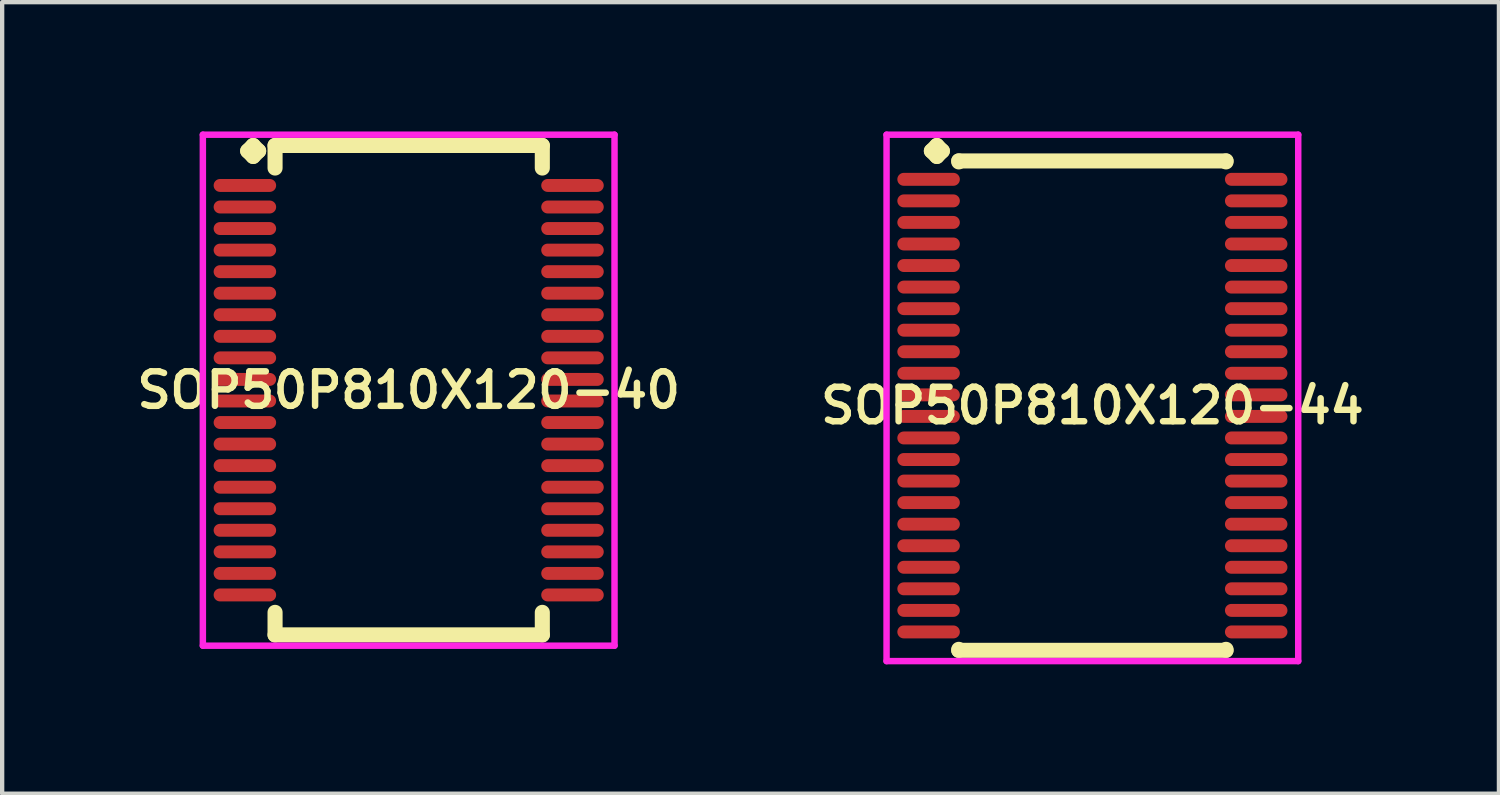
<source format=kicad_pcb>
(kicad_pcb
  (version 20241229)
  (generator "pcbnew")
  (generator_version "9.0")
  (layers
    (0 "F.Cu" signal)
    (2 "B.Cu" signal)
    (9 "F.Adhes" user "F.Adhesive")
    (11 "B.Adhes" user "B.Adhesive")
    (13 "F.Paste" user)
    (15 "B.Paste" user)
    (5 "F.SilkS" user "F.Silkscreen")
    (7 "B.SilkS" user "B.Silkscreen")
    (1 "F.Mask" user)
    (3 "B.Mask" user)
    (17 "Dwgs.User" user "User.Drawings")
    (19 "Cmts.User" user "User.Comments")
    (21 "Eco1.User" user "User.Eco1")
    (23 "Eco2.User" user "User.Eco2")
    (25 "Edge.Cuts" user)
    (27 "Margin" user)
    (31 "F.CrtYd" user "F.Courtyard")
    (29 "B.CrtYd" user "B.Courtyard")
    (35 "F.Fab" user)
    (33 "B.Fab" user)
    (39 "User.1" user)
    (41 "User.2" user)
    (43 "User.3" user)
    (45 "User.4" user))
  (footprint "SOP50P810X120-44"
    (layer "F.Cu")
    (at 22.292 6.36)
    (property "Reference" "SOP50P810X120-44" (at 0 0 0) (layer "F.SilkS") (effects (font (size 0.8 0.8) (thickness 0.15))))
    (attr smd)
    (fp_line (start -3.735 -5.908) (end -3.608 -6.035) (stroke (width 0.35) (type solid)) (layer "F.SilkS"))
    (fp_line (start -3.608 -6.035) (end -3.481 -5.908) (stroke (width 0.35) (type solid)) (layer "F.SilkS"))
    (fp_line (start -3.608 -5.781) (end -3.735 -5.908) (stroke (width 0.35) (type solid)) (layer "F.SilkS"))
    (fp_line (start -3.481 -5.908) (end -3.608 -5.781) (stroke (width 0.35) (type solid)) (layer "F.SilkS"))
    (fp_line (start -3.1 -5.677) (end 3.1 -5.677) (stroke (width 0.35) (type solid)) (layer "F.SilkS"))
    (fp_line (start -3.1 -5.654) (end -3.1 -5.677) (stroke (width 0.35) (type solid)) (layer "F.SilkS"))
    (fp_line (start -3.1 5.654) (end -3.1 5.677) (stroke (width 0.35) (type solid)) (layer "F.SilkS"))
    (fp_line (start -3.1 5.677) (end 3.1 5.677) (stroke (width 0.35) (type solid)) (layer "F.SilkS"))
    (fp_line (start 3.1 -5.677) (end 3.1 -5.654) (stroke (width 0.35) (type solid)) (layer "F.SilkS"))
    (fp_line (start 3.1 5.677) (end 3.1 5.654) (stroke (width 0.35) (type solid)) (layer "F.SilkS"))
    (fp_line (start -4.775 -6.285) (end 4.775 -6.285) (stroke (width 0.15) (type solid)) (layer "F.CrtYd"))
    (fp_line (start -4.775 5.927) (end -4.775 -6.285) (stroke (width 0.15) (type solid)) (layer "F.CrtYd"))
    (fp_line (start 4.775 -6.285) (end 4.775 5.927) (stroke (width 0.15) (type solid)) (layer "F.CrtYd"))
    (fp_line (start 4.775 5.927) (end -4.775 5.927) (stroke (width 0.15) (type solid)) (layer "F.CrtYd"))
    (pad "1" smd oval (at -3.8 -5.25) (size 1.45 0.3) (layers "F.Cu" "F.Mask" "F.Paste"))
    (pad "2" smd oval (at -3.8 -4.75) (size 1.45 0.3) (layers "F.Cu" "F.Mask" "F.Paste"))
    (pad "3" smd oval (at -3.8 -4.25) (size 1.45 0.3) (layers "F.Cu" "F.Mask" "F.Paste"))
    (pad "4" smd oval (at -3.8 -3.75) (size 1.45 0.3) (layers "F.Cu" "F.Mask" "F.Paste"))
    (pad "5" smd oval (at -3.8 -3.25) (size 1.45 0.3) (layers "F.Cu" "F.Mask" "F.Paste"))
    (pad "6" smd oval (at -3.8 -2.75) (size 1.45 0.3) (layers "F.Cu" "F.Mask" "F.Paste"))
    (pad "7" smd oval (at -3.8 -2.25) (size 1.45 0.3) (layers "F.Cu" "F.Mask" "F.Paste"))
    (pad "8" smd oval (at -3.8 -1.75) (size 1.45 0.3) (layers "F.Cu" "F.Mask" "F.Paste"))
    (pad "9" smd oval (at -3.8 -1.25) (size 1.45 0.3) (layers "F.Cu" "F.Mask" "F.Paste"))
    (pad "10" smd oval (at -3.8 -0.75) (size 1.45 0.3) (layers "F.Cu" "F.Mask" "F.Paste"))
    (pad "11" smd oval (at -3.8 -0.25) (size 1.45 0.3) (layers "F.Cu" "F.Mask" "F.Paste"))
    (pad "12" smd oval (at -3.8 0.25) (size 1.45 0.3) (layers "F.Cu" "F.Mask" "F.Paste"))
    (pad "13" smd oval (at -3.8 0.75) (size 1.45 0.3) (layers "F.Cu" "F.Mask" "F.Paste"))
    (pad "14" smd oval (at -3.8 1.25) (size 1.45 0.3) (layers "F.Cu" "F.Mask" "F.Paste"))
    (pad "15" smd oval (at -3.8 1.75) (size 1.45 0.3) (layers "F.Cu" "F.Mask" "F.Paste"))
    (pad "16" smd oval (at -3.8 2.25) (size 1.45 0.3) (layers "F.Cu" "F.Mask" "F.Paste"))
    (pad "17" smd oval (at -3.8 2.75) (size 1.45 0.3) (layers "F.Cu" "F.Mask" "F.Paste"))
    (pad "18" smd oval (at -3.8 3.25) (size 1.45 0.3) (layers "F.Cu" "F.Mask" "F.Paste"))
    (pad "19" smd oval (at -3.8 3.75) (size 1.45 0.3) (layers "F.Cu" "F.Mask" "F.Paste"))
    (pad "20" smd oval (at -3.8 4.25) (size 1.45 0.3) (layers "F.Cu" "F.Mask" "F.Paste"))
    (pad "21" smd oval (at -3.8 4.75) (size 1.45 0.3) (layers "F.Cu" "F.Mask" "F.Paste"))
    (pad "22" smd oval (at -3.8 5.25) (size 1.45 0.3) (layers "F.Cu" "F.Mask" "F.Paste"))
    (pad "23" smd oval (at 3.8 5.25) (size 1.45 0.3) (layers "F.Cu" "F.Mask" "F.Paste"))
    (pad "24" smd oval (at 3.8 4.75) (size 1.45 0.3) (layers "F.Cu" "F.Mask" "F.Paste"))
    (pad "25" smd oval (at 3.8 4.25) (size 1.45 0.3) (layers "F.Cu" "F.Mask" "F.Paste"))
    (pad "26" smd oval (at 3.8 3.75) (size 1.45 0.3) (layers "F.Cu" "F.Mask" "F.Paste"))
    (pad "27" smd oval (at 3.8 3.25) (size 1.45 0.3) (layers "F.Cu" "F.Mask" "F.Paste"))
    (pad "28" smd oval (at 3.8 2.75) (size 1.45 0.3) (layers "F.Cu" "F.Mask" "F.Paste"))
    (pad "29" smd oval (at 3.8 2.25) (size 1.45 0.3) (layers "F.Cu" "F.Mask" "F.Paste"))
    (pad "30" smd oval (at 3.8 1.75) (size 1.45 0.3) (layers "F.Cu" "F.Mask" "F.Paste"))
    (pad "31" smd oval (at 3.8 1.25) (size 1.45 0.3) (layers "F.Cu" "F.Mask" "F.Paste"))
    (pad "32" smd oval (at 3.8 0.75) (size 1.45 0.3) (layers "F.Cu" "F.Mask" "F.Paste"))
    (pad "33" smd oval (at 3.8 0.25) (size 1.45 0.3) (layers "F.Cu" "F.Mask" "F.Paste"))
    (pad "34" smd oval (at 3.8 -0.25) (size 1.45 0.3) (layers "F.Cu" "F.Mask" "F.Paste"))
    (pad "35" smd oval (at 3.8 -0.75) (size 1.45 0.3) (layers "F.Cu" "F.Mask" "F.Paste"))
    (pad "36" smd oval (at 3.8 -1.25) (size 1.45 0.3) (layers "F.Cu" "F.Mask" "F.Paste"))
    (pad "37" smd oval (at 3.8 -1.75) (size 1.45 0.3) (layers "F.Cu" "F.Mask" "F.Paste"))
    (pad "38" smd oval (at 3.8 -2.25) (size 1.45 0.3) (layers "F.Cu" "F.Mask" "F.Paste"))
    (pad "39" smd oval (at 3.8 -2.75) (size 1.45 0.3) (layers "F.Cu" "F.Mask" "F.Paste"))
    (pad "40" smd oval (at 3.8 -3.25) (size 1.45 0.3) (layers "F.Cu" "F.Mask" "F.Paste"))
    (pad "41" smd oval (at 3.8 -3.75) (size 1.45 0.3) (layers "F.Cu" "F.Mask" "F.Paste"))
    (pad "42" smd oval (at 3.8 -4.25) (size 1.45 0.3) (layers "F.Cu" "F.Mask" "F.Paste"))
    (pad "43" smd oval (at 3.8 -4.75) (size 1.45 0.3) (layers "F.Cu" "F.Mask" "F.Paste"))
    (pad "44" smd oval (at 3.8 -5.25) (size 1.45 0.3) (layers "F.Cu" "F.Mask" "F.Paste")))
  (footprint "SOP50P810X120-40"
    (layer "F.Cu")
    (at 6.431 6.002)
    (property "Reference" "SOP50P810X120-40" (at 0 0 0) (layer "F.SilkS") (effects (font (size 0.8 0.8) (thickness 0.15))))
    (attr smd)
    (fp_line (start -3.735 -5.55) (end -3.608 -5.677) (stroke (width 0.35) (type solid)) (layer "F.SilkS"))
    (fp_line (start -3.608 -5.677) (end -3.481 -5.55) (stroke (width 0.35) (type solid)) (layer "F.SilkS"))
    (fp_line (start -3.608 -5.423) (end -3.735 -5.55) (stroke (width 0.35) (type solid)) (layer "F.SilkS"))
    (fp_line (start -3.481 -5.55) (end -3.608 -5.423) (stroke (width 0.35) (type solid)) (layer "F.SilkS"))
    (fp_line (start -3.1 -5.677) (end 3.1 -5.677) (stroke (width 0.35) (type solid)) (layer "F.SilkS"))
    (fp_line (start -3.1 -5.154) (end -3.1 -5.677) (stroke (width 0.35) (type solid)) (layer "F.SilkS"))
    (fp_line (start -3.1 5.154) (end -3.1 5.677) (stroke (width 0.35) (type solid)) (layer "F.SilkS"))
    (fp_line (start -3.1 5.677) (end 3.1 5.677) (stroke (width 0.35) (type solid)) (layer "F.SilkS"))
    (fp_line (start 3.1 -5.677) (end 3.1 -5.154) (stroke (width 0.35) (type solid)) (layer "F.SilkS"))
    (fp_line (start 3.1 5.677) (end 3.1 5.154) (stroke (width 0.35) (type solid)) (layer "F.SilkS"))
    (fp_line (start -4.775 -5.927) (end 4.775 -5.927) (stroke (width 0.15) (type solid)) (layer "F.CrtYd"))
    (fp_line (start -4.775 5.927) (end -4.775 -5.927) (stroke (width 0.15) (type solid)) (layer "F.CrtYd"))
    (fp_line (start 4.775 -5.927) (end 4.775 5.927) (stroke (width 0.15) (type solid)) (layer "F.CrtYd"))
    (fp_line (start 4.775 5.927) (end -4.775 5.927) (stroke (width 0.15) (type solid)) (layer "F.CrtYd"))
    (pad "1" smd oval (at -3.8 -4.75) (size 1.45 0.3) (layers "F.Cu" "F.Mask" "F.Paste"))
    (pad "2" smd oval (at -3.8 -4.25) (size 1.45 0.3) (layers "F.Cu" "F.Mask" "F.Paste"))
    (pad "3" smd oval (at -3.8 -3.75) (size 1.45 0.3) (layers "F.Cu" "F.Mask" "F.Paste"))
    (pad "4" smd oval (at -3.8 -3.25) (size 1.45 0.3) (layers "F.Cu" "F.Mask" "F.Paste"))
    (pad "5" smd oval (at -3.8 -2.75) (size 1.45 0.3) (layers "F.Cu" "F.Mask" "F.Paste"))
    (pad "6" smd oval (at -3.8 -2.25) (size 1.45 0.3) (layers "F.Cu" "F.Mask" "F.Paste"))
    (pad "7" smd oval (at -3.8 -1.75) (size 1.45 0.3) (layers "F.Cu" "F.Mask" "F.Paste"))
    (pad "8" smd oval (at -3.8 -1.25) (size 1.45 0.3) (layers "F.Cu" "F.Mask" "F.Paste"))
    (pad "9" smd oval (at -3.8 -0.75) (size 1.45 0.3) (layers "F.Cu" "F.Mask" "F.Paste"))
    (pad "10" smd oval (at -3.8 -0.25) (size 1.45 0.3) (layers "F.Cu" "F.Mask" "F.Paste"))
    (pad "11" smd oval (at -3.8 0.25) (size 1.45 0.3) (layers "F.Cu" "F.Mask" "F.Paste"))
    (pad "12" smd oval (at -3.8 0.75) (size 1.45 0.3) (layers "F.Cu" "F.Mask" "F.Paste"))
    (pad "13" smd oval (at -3.8 1.25) (size 1.45 0.3) (layers "F.Cu" "F.Mask" "F.Paste"))
    (pad "14" smd oval (at -3.8 1.75) (size 1.45 0.3) (layers "F.Cu" "F.Mask" "F.Paste"))
    (pad "15" smd oval (at -3.8 2.25) (size 1.45 0.3) (layers "F.Cu" "F.Mask" "F.Paste"))
    (pad "16" smd oval (at -3.8 2.75) (size 1.45 0.3) (layers "F.Cu" "F.Mask" "F.Paste"))
    (pad "17" smd oval (at -3.8 3.25) (size 1.45 0.3) (layers "F.Cu" "F.Mask" "F.Paste"))
    (pad "18" smd oval (at -3.8 3.75) (size 1.45 0.3) (layers "F.Cu" "F.Mask" "F.Paste"))
    (pad "19" smd oval (at -3.8 4.25) (size 1.45 0.3) (layers "F.Cu" "F.Mask" "F.Paste"))
    (pad "20" smd oval (at -3.8 4.75) (size 1.45 0.3) (layers "F.Cu" "F.Mask" "F.Paste"))
    (pad "21" smd oval (at 3.8 4.75) (size 1.45 0.3) (layers "F.Cu" "F.Mask" "F.Paste"))
    (pad "22" smd oval (at 3.8 4.25) (size 1.45 0.3) (layers "F.Cu" "F.Mask" "F.Paste"))
    (pad "23" smd oval (at 3.8 3.75) (size 1.45 0.3) (layers "F.Cu" "F.Mask" "F.Paste"))
    (pad "24" smd oval (at 3.8 3.25) (size 1.45 0.3) (layers "F.Cu" "F.Mask" "F.Paste"))
    (pad "25" smd oval (at 3.8 2.75) (size 1.45 0.3) (layers "F.Cu" "F.Mask" "F.Paste"))
    (pad "26" smd oval (at 3.8 2.25) (size 1.45 0.3) (layers "F.Cu" "F.Mask" "F.Paste"))
    (pad "27" smd oval (at 3.8 1.75) (size 1.45 0.3) (layers "F.Cu" "F.Mask" "F.Paste"))
    (pad "28" smd oval (at 3.8 1.25) (size 1.45 0.3) (layers "F.Cu" "F.Mask" "F.Paste"))
    (pad "29" smd oval (at 3.8 0.75) (size 1.45 0.3) (layers "F.Cu" "F.Mask" "F.Paste"))
    (pad "30" smd oval (at 3.8 0.25) (size 1.45 0.3) (layers "F.Cu" "F.Mask" "F.Paste"))
    (pad "31" smd oval (at 3.8 -0.25) (size 1.45 0.3) (layers "F.Cu" "F.Mask" "F.Paste"))
    (pad "32" smd oval (at 3.8 -0.75) (size 1.45 0.3) (layers "F.Cu" "F.Mask" "F.Paste"))
    (pad "33" smd oval (at 3.8 -1.25) (size 1.45 0.3) (layers "F.Cu" "F.Mask" "F.Paste"))
    (pad "34" smd oval (at 3.8 -1.75) (size 1.45 0.3) (layers "F.Cu" "F.Mask" "F.Paste"))
    (pad "35" smd oval (at 3.8 -2.25) (size 1.45 0.3) (layers "F.Cu" "F.Mask" "F.Paste"))
    (pad "36" smd oval (at 3.8 -2.75) (size 1.45 0.3) (layers "F.Cu" "F.Mask" "F.Paste"))
    (pad "37" smd oval (at 3.8 -3.25) (size 1.45 0.3) (layers "F.Cu" "F.Mask" "F.Paste"))
    (pad "38" smd oval (at 3.8 -3.75) (size 1.45 0.3) (layers "F.Cu" "F.Mask" "F.Paste"))
    (pad "39" smd oval (at 3.8 -4.25) (size 1.45 0.3) (layers "F.Cu" "F.Mask" "F.Paste"))
    (pad "40" smd oval (at 3.8 -4.75) (size 1.45 0.3) (layers "F.Cu" "F.Mask" "F.Paste")))
  (gr_rect
    (start -3 -3)
    (end 31.723 15.362)
    (stroke (width 0.1) (type default))
    (fill no)
    (layer "Edge.Cuts")))
</source>
